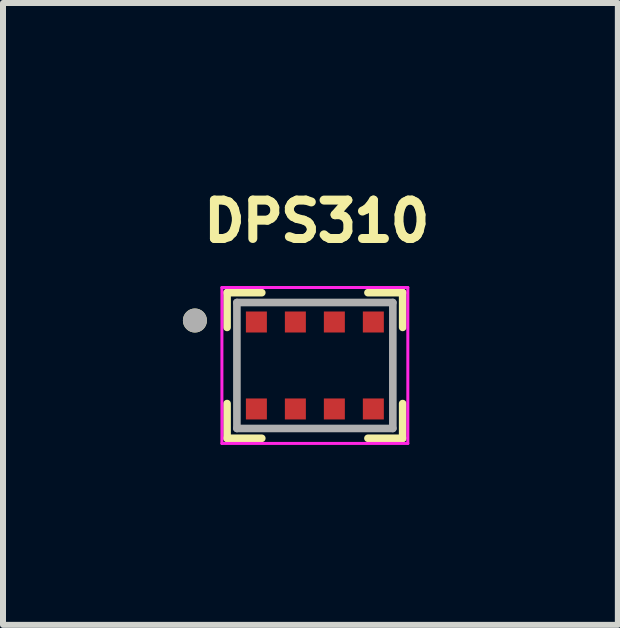
<source format=kicad_pcb>
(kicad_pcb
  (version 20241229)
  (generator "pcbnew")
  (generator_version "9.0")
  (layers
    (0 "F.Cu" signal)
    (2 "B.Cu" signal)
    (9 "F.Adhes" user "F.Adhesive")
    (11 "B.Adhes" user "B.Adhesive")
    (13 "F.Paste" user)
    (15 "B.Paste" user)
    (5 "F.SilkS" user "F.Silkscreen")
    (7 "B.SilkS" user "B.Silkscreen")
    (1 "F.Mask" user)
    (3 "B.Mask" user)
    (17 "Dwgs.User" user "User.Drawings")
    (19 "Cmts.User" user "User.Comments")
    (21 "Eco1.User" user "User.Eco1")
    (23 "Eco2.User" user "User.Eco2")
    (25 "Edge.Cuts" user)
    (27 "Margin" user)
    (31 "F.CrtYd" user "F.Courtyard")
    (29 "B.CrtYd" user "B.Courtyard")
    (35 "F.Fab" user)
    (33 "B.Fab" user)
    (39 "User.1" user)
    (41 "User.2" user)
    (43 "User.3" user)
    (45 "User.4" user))
  (footprint "DPS310"
    (layer "F.Cu")
    (at 2.2 3.044)
    (property "Reference" "DPS310" (at 0.032 -2.406 0) (layer "F.SilkS") (effects (font (size 0.64 0.64) (thickness 0.15))))
    (attr smd)
    (fp_line (start -1.464 -0.635) (end -1.464 -1.214) (stroke (width 0.127) (type solid)) (layer "F.SilkS"))
    (fp_line (start -1.464 1.214) (end -1.464 0.635) (stroke (width 0.127) (type solid)) (layer "F.SilkS"))
    (fp_line (start -0.885 -1.214) (end -1.464 -1.214) (stroke (width 0.127) (type solid)) (layer "F.SilkS"))
    (fp_line (start -0.885 1.214) (end -1.464 1.214) (stroke (width 0.127) (type solid)) (layer "F.SilkS"))
    (fp_line (start 1.464 -1.214) (end 0.885 -1.214) (stroke (width 0.127) (type solid)) (layer "F.SilkS"))
    (fp_line (start 1.464 -0.635) (end 1.464 -1.214) (stroke (width 0.127) (type solid)) (layer "F.SilkS"))
    (fp_line (start 1.464 1.214) (end 0.885 1.214) (stroke (width 0.127) (type solid)) (layer "F.SilkS"))
    (fp_line (start 1.464 1.214) (end 1.464 0.635) (stroke (width 0.127) (type solid)) (layer "F.SilkS"))
    (fp_circle (center -2 -0.75) (end -1.9 -0.75) (stroke (width 0.2) (type solid)) (fill no) (layer "F.SilkS"))
    (fp_poly (pts (xy -0.975 -0.9) (xy -0.984 -0.9) (xy -0.993 -0.899) (xy -1.002 -0.898) (xy -1.011 -0.896) (xy -1.02 -0.894) (xy -1.029 -0.891) (xy -1.038 -0.888) (xy -1.046 -0.885) (xy -1.054 -0.881) (xy -1.063 -0.877) (xy -1.07 -0.872) (xy -1.078 -0.867) (xy -1.085 -0.861) (xy -1.092 -0.855) (xy -1.099 -0.849) (xy -1.105 -0.842) (xy -1.111 -0.835) (xy -1.117 -0.828) (xy -1.122 -0.82) (xy -1.127 -0.813) (xy -1.131 -0.804) (xy -1.135 -0.796) (xy -1.138 -0.788) (xy -1.141 -0.779) (xy -1.144 -0.77) (xy -1.146 -0.761) (xy -1.148 -0.752) (xy -1.149 -0.743) (xy -1.15 -0.734) (xy -1.15 -0.725) (xy -1.15 -0.716) (xy -1.149 -0.707) (xy -1.148 -0.698) (xy -1.146 -0.689) (xy -1.144 -0.68) (xy -1.141 -0.671) (xy -1.138 -0.662) (xy -1.135 -0.654) (xy -1.131 -0.646) (xy -1.127 -0.637) (xy -1.122 -0.63) (xy -1.117 -0.622) (xy -1.111 -0.615) (xy -1.105 -0.608) (xy -1.099 -0.601) (xy -1.092 -0.595) (xy -1.085 -0.589) (xy -1.078 -0.583) (xy -1.07 -0.578) (xy -1.063 -0.573) (xy -1.054 -0.569) (xy -1.046 -0.565) (xy -1.038 -0.562) (xy -1.029 -0.559) (xy -1.02 -0.556) (xy -1.011 -0.554) (xy -1.002 -0.552) (xy -0.993 -0.551) (xy -0.984 -0.55) (xy -0.975 -0.55) (xy -0.966 -0.55) (xy -0.957 -0.551) (xy -0.948 -0.552) (xy -0.939 -0.554) (xy -0.93 -0.556) (xy -0.921 -0.559) (xy -0.912 -0.562) (xy -0.904 -0.565) (xy -0.896 -0.569) (xy -0.887 -0.573) (xy -0.88 -0.578) (xy -0.872 -0.583) (xy -0.865 -0.589) (xy -0.858 -0.595) (xy -0.851 -0.601) (xy -0.845 -0.608) (xy -0.839 -0.615) (xy -0.833 -0.622) (xy -0.828 -0.63) (xy -0.823 -0.637) (xy -0.819 -0.646) (xy -0.815 -0.654) (xy -0.812 -0.662) (xy -0.809 -0.671) (xy -0.806 -0.68) (xy -0.804 -0.689) (xy -0.802 -0.698) (xy -0.801 -0.707) (xy -0.8 -0.716) (xy -0.8 -0.725) (xy -0.8 -0.734) (xy -0.801 -0.743) (xy -0.802 -0.752) (xy -0.804 -0.761) (xy -0.806 -0.77) (xy -0.809 -0.779) (xy -0.812 -0.788) (xy -0.815 -0.796) (xy -0.819 -0.804) (xy -0.823 -0.813) (xy -0.828 -0.82) (xy -0.833 -0.828) (xy -0.839 -0.835) (xy -0.845 -0.842) (xy -0.851 -0.849) (xy -0.858 -0.855) (xy -0.865 -0.861) (xy -0.872 -0.867) (xy -0.88 -0.872) (xy -0.887 -0.877) (xy -0.896 -0.881) (xy -0.904 -0.885) (xy -0.912 -0.888) (xy -0.921 -0.891) (xy -0.93 -0.894) (xy -0.939 -0.896) (xy -0.948 -0.898) (xy -0.957 -0.899) (xy -0.966 -0.9) (xy -0.975 -0.9)) (stroke (width 0.001) (type solid)) (fill yes) (layer "F.Paste"))
    (fp_poly (pts (xy -0.975 0.55) (xy -0.984 0.55) (xy -0.993 0.551) (xy -1.002 0.552) (xy -1.011 0.554) (xy -1.02 0.556) (xy -1.029 0.559) (xy -1.038 0.562) (xy -1.046 0.565) (xy -1.054 0.569) (xy -1.063 0.573) (xy -1.07 0.578) (xy -1.078 0.583) (xy -1.085 0.589) (xy -1.092 0.595) (xy -1.099 0.601) (xy -1.105 0.608) (xy -1.111 0.615) (xy -1.117 0.622) (xy -1.122 0.63) (xy -1.127 0.637) (xy -1.131 0.646) (xy -1.135 0.654) (xy -1.138 0.662) (xy -1.141 0.671) (xy -1.144 0.68) (xy -1.146 0.689) (xy -1.148 0.698) (xy -1.149 0.707) (xy -1.15 0.716) (xy -1.15 0.725) (xy -1.15 0.734) (xy -1.149 0.743) (xy -1.148 0.752) (xy -1.146 0.761) (xy -1.144 0.77) (xy -1.141 0.779) (xy -1.138 0.788) (xy -1.135 0.796) (xy -1.131 0.804) (xy -1.127 0.813) (xy -1.122 0.82) (xy -1.117 0.828) (xy -1.111 0.835) (xy -1.105 0.842) (xy -1.099 0.849) (xy -1.092 0.855) (xy -1.085 0.861) (xy -1.078 0.867) (xy -1.07 0.872) (xy -1.063 0.877) (xy -1.054 0.881) (xy -1.046 0.885) (xy -1.038 0.888) (xy -1.029 0.891) (xy -1.02 0.894) (xy -1.011 0.896) (xy -1.002 0.898) (xy -0.993 0.899) (xy -0.984 0.9) (xy -0.975 0.9) (xy -0.966 0.9) (xy -0.957 0.899) (xy -0.948 0.898) (xy -0.939 0.896) (xy -0.93 0.894) (xy -0.921 0.891) (xy -0.912 0.888) (xy -0.904 0.885) (xy -0.896 0.881) (xy -0.887 0.877) (xy -0.88 0.872) (xy -0.872 0.867) (xy -0.865 0.861) (xy -0.858 0.855) (xy -0.851 0.849) (xy -0.845 0.842) (xy -0.839 0.835) (xy -0.833 0.828) (xy -0.828 0.82) (xy -0.823 0.813) (xy -0.819 0.804) (xy -0.815 0.796) (xy -0.812 0.788) (xy -0.809 0.779) (xy -0.806 0.77) (xy -0.804 0.761) (xy -0.802 0.752) (xy -0.801 0.743) (xy -0.8 0.734) (xy -0.8 0.725) (xy -0.8 0.716) (xy -0.801 0.707) (xy -0.802 0.698) (xy -0.804 0.689) (xy -0.806 0.68) (xy -0.809 0.671) (xy -0.812 0.662) (xy -0.815 0.654) (xy -0.819 0.646) (xy -0.823 0.637) (xy -0.828 0.63) (xy -0.833 0.622) (xy -0.839 0.615) (xy -0.845 0.608) (xy -0.851 0.601) (xy -0.858 0.595) (xy -0.865 0.589) (xy -0.872 0.583) (xy -0.88 0.578) (xy -0.887 0.573) (xy -0.896 0.569) (xy -0.904 0.565) (xy -0.912 0.562) (xy -0.921 0.559) (xy -0.93 0.556) (xy -0.939 0.554) (xy -0.948 0.552) (xy -0.957 0.551) (xy -0.966 0.55) (xy -0.975 0.55)) (stroke (width 0.001) (type solid)) (fill yes) (layer "F.Paste"))
    (fp_poly (pts (xy -0.325 -0.9) (xy -0.334 -0.9) (xy -0.343 -0.899) (xy -0.352 -0.898) (xy -0.361 -0.896) (xy -0.37 -0.894) (xy -0.379 -0.891) (xy -0.388 -0.888) (xy -0.396 -0.885) (xy -0.404 -0.881) (xy -0.412 -0.877) (xy -0.42 -0.872) (xy -0.428 -0.867) (xy -0.435 -0.861) (xy -0.442 -0.855) (xy -0.449 -0.849) (xy -0.455 -0.842) (xy -0.461 -0.835) (xy -0.467 -0.828) (xy -0.472 -0.82) (xy -0.477 -0.813) (xy -0.481 -0.804) (xy -0.485 -0.796) (xy -0.488 -0.788) (xy -0.491 -0.779) (xy -0.494 -0.77) (xy -0.496 -0.761) (xy -0.498 -0.752) (xy -0.499 -0.743) (xy -0.5 -0.734) (xy -0.5 -0.725) (xy -0.5 -0.716) (xy -0.499 -0.707) (xy -0.498 -0.698) (xy -0.496 -0.689) (xy -0.494 -0.68) (xy -0.491 -0.671) (xy -0.488 -0.662) (xy -0.485 -0.654) (xy -0.481 -0.646) (xy -0.477 -0.637) (xy -0.472 -0.63) (xy -0.467 -0.622) (xy -0.461 -0.615) (xy -0.455 -0.608) (xy -0.449 -0.601) (xy -0.442 -0.595) (xy -0.435 -0.589) (xy -0.428 -0.583) (xy -0.42 -0.578) (xy -0.413 -0.573) (xy -0.404 -0.569) (xy -0.396 -0.565) (xy -0.388 -0.562) (xy -0.379 -0.559) (xy -0.37 -0.556) (xy -0.361 -0.554) (xy -0.352 -0.552) (xy -0.343 -0.551) (xy -0.334 -0.55) (xy -0.325 -0.55) (xy -0.316 -0.55) (xy -0.307 -0.551) (xy -0.298 -0.552) (xy -0.289 -0.554) (xy -0.28 -0.556) (xy -0.271 -0.559) (xy -0.262 -0.562) (xy -0.254 -0.565) (xy -0.246 -0.569) (xy -0.237 -0.573) (xy -0.23 -0.578) (xy -0.222 -0.583) (xy -0.215 -0.589) (xy -0.208 -0.595) (xy -0.201 -0.601) (xy -0.195 -0.608) (xy -0.189 -0.615) (xy -0.183 -0.622) (xy -0.178 -0.63) (xy -0.173 -0.637) (xy -0.169 -0.646) (xy -0.165 -0.654) (xy -0.162 -0.662) (xy -0.159 -0.671) (xy -0.156 -0.68) (xy -0.154 -0.689) (xy -0.152 -0.698) (xy -0.151 -0.707) (xy -0.15 -0.716) (xy -0.15 -0.725) (xy -0.15 -0.734) (xy -0.151 -0.743) (xy -0.152 -0.752) (xy -0.154 -0.761) (xy -0.156 -0.77) (xy -0.159 -0.779) (xy -0.162 -0.788) (xy -0.165 -0.796) (xy -0.169 -0.804) (xy -0.173 -0.813) (xy -0.178 -0.82) (xy -0.183 -0.828) (xy -0.189 -0.835) (xy -0.195 -0.842) (xy -0.201 -0.849) (xy -0.208 -0.855) (xy -0.215 -0.861) (xy -0.222 -0.867) (xy -0.23 -0.872) (xy -0.238 -0.877) (xy -0.246 -0.881) (xy -0.254 -0.885) (xy -0.262 -0.888) (xy -0.271 -0.891) (xy -0.28 -0.894) (xy -0.289 -0.896) (xy -0.298 -0.898) (xy -0.307 -0.899) (xy -0.316 -0.9) (xy -0.325 -0.9)) (stroke (width 0.001) (type solid)) (fill yes) (layer "F.Paste"))
    (fp_poly (pts (xy -0.325 0.55) (xy -0.334 0.55) (xy -0.343 0.551) (xy -0.352 0.552) (xy -0.361 0.554) (xy -0.37 0.556) (xy -0.379 0.559) (xy -0.388 0.562) (xy -0.396 0.565) (xy -0.404 0.569) (xy -0.412 0.573) (xy -0.42 0.578) (xy -0.428 0.583) (xy -0.435 0.589) (xy -0.442 0.595) (xy -0.449 0.601) (xy -0.455 0.608) (xy -0.461 0.615) (xy -0.467 0.622) (xy -0.472 0.63) (xy -0.477 0.637) (xy -0.481 0.646) (xy -0.485 0.654) (xy -0.488 0.662) (xy -0.491 0.671) (xy -0.494 0.68) (xy -0.496 0.689) (xy -0.498 0.698) (xy -0.499 0.707) (xy -0.5 0.716) (xy -0.5 0.725) (xy -0.5 0.734) (xy -0.499 0.743) (xy -0.498 0.752) (xy -0.496 0.761) (xy -0.494 0.77) (xy -0.491 0.779) (xy -0.488 0.788) (xy -0.485 0.796) (xy -0.481 0.804) (xy -0.477 0.813) (xy -0.472 0.82) (xy -0.467 0.828) (xy -0.461 0.835) (xy -0.455 0.842) (xy -0.449 0.849) (xy -0.442 0.855) (xy -0.435 0.861) (xy -0.428 0.867) (xy -0.42 0.872) (xy -0.413 0.877) (xy -0.404 0.881) (xy -0.396 0.885) (xy -0.388 0.888) (xy -0.379 0.891) (xy -0.37 0.894) (xy -0.361 0.896) (xy -0.352 0.898) (xy -0.343 0.899) (xy -0.334 0.9) (xy -0.325 0.9) (xy -0.316 0.9) (xy -0.307 0.899) (xy -0.298 0.898) (xy -0.289 0.896) (xy -0.28 0.894) (xy -0.271 0.891) (xy -0.262 0.888) (xy -0.254 0.885) (xy -0.246 0.881) (xy -0.238 0.877) (xy -0.23 0.872) (xy -0.222 0.867) (xy -0.215 0.861) (xy -0.208 0.855) (xy -0.201 0.849) (xy -0.195 0.842) (xy -0.189 0.835) (xy -0.183 0.828) (xy -0.178 0.82) (xy -0.173 0.813) (xy -0.169 0.804) (xy -0.165 0.796) (xy -0.162 0.788) (xy -0.159 0.779) (xy -0.156 0.77) (xy -0.154 0.761) (xy -0.152 0.752) (xy -0.151 0.743) (xy -0.15 0.734) (xy -0.15 0.725) (xy -0.15 0.716) (xy -0.151 0.707) (xy -0.152 0.698) (xy -0.154 0.689) (xy -0.156 0.68) (xy -0.159 0.671) (xy -0.162 0.662) (xy -0.165 0.654) (xy -0.169 0.646) (xy -0.173 0.637) (xy -0.178 0.63) (xy -0.183 0.622) (xy -0.189 0.615) (xy -0.195 0.608) (xy -0.201 0.601) (xy -0.208 0.595) (xy -0.215 0.589) (xy -0.222 0.583) (xy -0.23 0.578) (xy -0.237 0.573) (xy -0.246 0.569) (xy -0.254 0.565) (xy -0.262 0.562) (xy -0.271 0.559) (xy -0.28 0.556) (xy -0.289 0.554) (xy -0.298 0.552) (xy -0.307 0.551) (xy -0.316 0.55) (xy -0.325 0.55)) (stroke (width 0.001) (type solid)) (fill yes) (layer "F.Paste"))
    (fp_poly (pts (xy 0.325 -0.9) (xy 0.316 -0.9) (xy 0.307 -0.899) (xy 0.298 -0.898) (xy 0.289 -0.896) (xy 0.28 -0.894) (xy 0.271 -0.891) (xy 0.262 -0.888) (xy 0.254 -0.885) (xy 0.246 -0.881) (xy 0.238 -0.877) (xy 0.23 -0.872) (xy 0.222 -0.867) (xy 0.215 -0.861) (xy 0.208 -0.855) (xy 0.201 -0.849) (xy 0.195 -0.842) (xy 0.189 -0.835) (xy 0.183 -0.828) (xy 0.178 -0.82) (xy 0.173 -0.813) (xy 0.169 -0.804) (xy 0.165 -0.796) (xy 0.162 -0.788) (xy 0.159 -0.779) (xy 0.156 -0.77) (xy 0.154 -0.761) (xy 0.152 -0.752) (xy 0.151 -0.743) (xy 0.15 -0.734) (xy 0.15 -0.725) (xy 0.15 -0.716) (xy 0.151 -0.707) (xy 0.152 -0.698) (xy 0.154 -0.689) (xy 0.156 -0.68) (xy 0.159 -0.671) (xy 0.162 -0.662) (xy 0.165 -0.654) (xy 0.169 -0.646) (xy 0.173 -0.637) (xy 0.178 -0.63) (xy 0.183 -0.622) (xy 0.189 -0.615) (xy 0.195 -0.608) (xy 0.201 -0.601) (xy 0.208 -0.595) (xy 0.215 -0.589) (xy 0.222 -0.583) (xy 0.23 -0.578) (xy 0.237 -0.573) (xy 0.246 -0.569) (xy 0.254 -0.565) (xy 0.262 -0.562) (xy 0.271 -0.559) (xy 0.28 -0.556) (xy 0.289 -0.554) (xy 0.298 -0.552) (xy 0.307 -0.551) (xy 0.316 -0.55) (xy 0.325 -0.55) (xy 0.334 -0.55) (xy 0.343 -0.551) (xy 0.352 -0.552) (xy 0.361 -0.554) (xy 0.37 -0.556) (xy 0.379 -0.559) (xy 0.388 -0.562) (xy 0.396 -0.565) (xy 0.404 -0.569) (xy 0.412 -0.573) (xy 0.42 -0.578) (xy 0.428 -0.583) (xy 0.435 -0.589) (xy 0.442 -0.595) (xy 0.449 -0.601) (xy 0.455 -0.608) (xy 0.461 -0.615) (xy 0.467 -0.622) (xy 0.472 -0.63) (xy 0.477 -0.637) (xy 0.481 -0.646) (xy 0.485 -0.654) (xy 0.488 -0.662) (xy 0.491 -0.671) (xy 0.494 -0.68) (xy 0.496 -0.689) (xy 0.498 -0.698) (xy 0.499 -0.707) (xy 0.5 -0.716) (xy 0.5 -0.725) (xy 0.5 -0.734) (xy 0.499 -0.743) (xy 0.498 -0.752) (xy 0.496 -0.761) (xy 0.494 -0.77) (xy 0.491 -0.779) (xy 0.488 -0.788) (xy 0.485 -0.796) (xy 0.481 -0.804) (xy 0.477 -0.813) (xy 0.472 -0.82) (xy 0.467 -0.828) (xy 0.461 -0.835) (xy 0.455 -0.842) (xy 0.449 -0.849) (xy 0.442 -0.855) (xy 0.435 -0.861) (xy 0.428 -0.867) (xy 0.42 -0.872) (xy 0.412 -0.877) (xy 0.404 -0.881) (xy 0.396 -0.885) (xy 0.388 -0.888) (xy 0.379 -0.891) (xy 0.37 -0.894) (xy 0.361 -0.896) (xy 0.352 -0.898) (xy 0.343 -0.899) (xy 0.334 -0.9) (xy 0.325 -0.9)) (stroke (width 0.001) (type solid)) (fill yes) (layer "F.Paste"))
    (fp_poly (pts (xy 0.325 0.55) (xy 0.316 0.55) (xy 0.307 0.551) (xy 0.298 0.552) (xy 0.289 0.554) (xy 0.28 0.556) (xy 0.271 0.559) (xy 0.262 0.562) (xy 0.254 0.565) (xy 0.246 0.569) (xy 0.237 0.573) (xy 0.23 0.578) (xy 0.222 0.583) (xy 0.215 0.589) (xy 0.208 0.595) (xy 0.201 0.601) (xy 0.195 0.608) (xy 0.189 0.615) (xy 0.183 0.622) (xy 0.178 0.63) (xy 0.173 0.637) (xy 0.169 0.646) (xy 0.165 0.654) (xy 0.162 0.662) (xy 0.159 0.671) (xy 0.156 0.68) (xy 0.154 0.689) (xy 0.152 0.698) (xy 0.151 0.707) (xy 0.15 0.716) (xy 0.15 0.725) (xy 0.15 0.734) (xy 0.151 0.743) (xy 0.152 0.752) (xy 0.154 0.761) (xy 0.156 0.77) (xy 0.159 0.779) (xy 0.162 0.788) (xy 0.165 0.796) (xy 0.169 0.804) (xy 0.173 0.813) (xy 0.178 0.82) (xy 0.183 0.828) (xy 0.189 0.835) (xy 0.195 0.842) (xy 0.201 0.849) (xy 0.208 0.855) (xy 0.215 0.861) (xy 0.222 0.867) (xy 0.23 0.872) (xy 0.237 0.877) (xy 0.246 0.881) (xy 0.254 0.885) (xy 0.262 0.888) (xy 0.271 0.891) (xy 0.28 0.894) (xy 0.289 0.896) (xy 0.298 0.898) (xy 0.307 0.899) (xy 0.316 0.9) (xy 0.325 0.9) (xy 0.334 0.9) (xy 0.343 0.899) (xy 0.352 0.898) (xy 0.361 0.896) (xy 0.37 0.894) (xy 0.379 0.891) (xy 0.388 0.888) (xy 0.396 0.885) (xy 0.404 0.881) (xy 0.412 0.877) (xy 0.42 0.872) (xy 0.428 0.867) (xy 0.435 0.861) (xy 0.442 0.855) (xy 0.449 0.849) (xy 0.455 0.842) (xy 0.461 0.835) (xy 0.467 0.828) (xy 0.472 0.82) (xy 0.477 0.813) (xy 0.481 0.804) (xy 0.485 0.796) (xy 0.488 0.788) (xy 0.491 0.779) (xy 0.494 0.77) (xy 0.496 0.761) (xy 0.498 0.752) (xy 0.499 0.743) (xy 0.5 0.734) (xy 0.5 0.725) (xy 0.5 0.716) (xy 0.499 0.707) (xy 0.498 0.698) (xy 0.496 0.689) (xy 0.494 0.68) (xy 0.491 0.671) (xy 0.488 0.662) (xy 0.485 0.654) (xy 0.481 0.646) (xy 0.477 0.637) (xy 0.472 0.63) (xy 0.467 0.622) (xy 0.461 0.615) (xy 0.455 0.608) (xy 0.449 0.601) (xy 0.442 0.595) (xy 0.435 0.589) (xy 0.428 0.583) (xy 0.42 0.578) (xy 0.412 0.573) (xy 0.404 0.569) (xy 0.396 0.565) (xy 0.388 0.562) (xy 0.379 0.559) (xy 0.37 0.556) (xy 0.361 0.554) (xy 0.352 0.552) (xy 0.343 0.551) (xy 0.334 0.55) (xy 0.325 0.55)) (stroke (width 0.001) (type solid)) (fill yes) (layer "F.Paste"))
    (fp_poly (pts (xy 0.975 -0.9) (xy 0.966 -0.9) (xy 0.957 -0.899) (xy 0.948 -0.898) (xy 0.939 -0.896) (xy 0.93 -0.894) (xy 0.921 -0.891) (xy 0.912 -0.888) (xy 0.904 -0.885) (xy 0.896 -0.881) (xy 0.887 -0.877) (xy 0.88 -0.872) (xy 0.872 -0.867) (xy 0.865 -0.861) (xy 0.858 -0.855) (xy 0.851 -0.849) (xy 0.845 -0.842) (xy 0.839 -0.835) (xy 0.833 -0.828) (xy 0.828 -0.82) (xy 0.823 -0.813) (xy 0.819 -0.804) (xy 0.815 -0.796) (xy 0.812 -0.788) (xy 0.809 -0.779) (xy 0.806 -0.77) (xy 0.804 -0.761) (xy 0.802 -0.752) (xy 0.801 -0.743) (xy 0.8 -0.734) (xy 0.8 -0.725) (xy 0.8 -0.716) (xy 0.801 -0.707) (xy 0.802 -0.698) (xy 0.804 -0.689) (xy 0.806 -0.68) (xy 0.809 -0.671) (xy 0.812 -0.662) (xy 0.815 -0.654) (xy 0.819 -0.646) (xy 0.823 -0.637) (xy 0.828 -0.63) (xy 0.833 -0.622) (xy 0.839 -0.615) (xy 0.845 -0.608) (xy 0.851 -0.601) (xy 0.858 -0.595) (xy 0.865 -0.589) (xy 0.872 -0.583) (xy 0.88 -0.578) (xy 0.887 -0.573) (xy 0.896 -0.569) (xy 0.904 -0.565) (xy 0.912 -0.562) (xy 0.921 -0.559) (xy 0.93 -0.556) (xy 0.939 -0.554) (xy 0.948 -0.552) (xy 0.957 -0.551) (xy 0.966 -0.55) (xy 0.975 -0.55) (xy 0.984 -0.55) (xy 0.993 -0.551) (xy 1.002 -0.552) (xy 1.011 -0.554) (xy 1.02 -0.556) (xy 1.029 -0.559) (xy 1.038 -0.562) (xy 1.046 -0.565) (xy 1.054 -0.569) (xy 1.063 -0.573) (xy 1.07 -0.578) (xy 1.078 -0.583) (xy 1.085 -0.589) (xy 1.092 -0.595) (xy 1.099 -0.601) (xy 1.105 -0.608) (xy 1.111 -0.615) (xy 1.117 -0.622) (xy 1.122 -0.63) (xy 1.127 -0.637) (xy 1.131 -0.646) (xy 1.135 -0.654) (xy 1.138 -0.662) (xy 1.141 -0.671) (xy 1.144 -0.68) (xy 1.146 -0.689) (xy 1.148 -0.698) (xy 1.149 -0.707) (xy 1.15 -0.716) (xy 1.15 -0.725) (xy 1.15 -0.734) (xy 1.149 -0.743) (xy 1.148 -0.752) (xy 1.146 -0.761) (xy 1.144 -0.77) (xy 1.141 -0.779) (xy 1.138 -0.788) (xy 1.135 -0.796) (xy 1.131 -0.804) (xy 1.127 -0.813) (xy 1.122 -0.82) (xy 1.117 -0.828) (xy 1.111 -0.835) (xy 1.105 -0.842) (xy 1.099 -0.849) (xy 1.092 -0.855) (xy 1.085 -0.861) (xy 1.078 -0.867) (xy 1.07 -0.872) (xy 1.063 -0.877) (xy 1.054 -0.881) (xy 1.046 -0.885) (xy 1.038 -0.888) (xy 1.029 -0.891) (xy 1.02 -0.894) (xy 1.011 -0.896) (xy 1.002 -0.898) (xy 0.993 -0.899) (xy 0.984 -0.9) (xy 0.975 -0.9)) (stroke (width 0.001) (type solid)) (fill yes) (layer "F.Paste"))
    (fp_poly (pts (xy 0.975 0.55) (xy 0.966 0.55) (xy 0.957 0.551) (xy 0.948 0.552) (xy 0.939 0.554) (xy 0.93 0.556) (xy 0.921 0.559) (xy 0.912 0.562) (xy 0.904 0.565) (xy 0.896 0.569) (xy 0.887 0.573) (xy 0.88 0.578) (xy 0.872 0.583) (xy 0.865 0.589) (xy 0.858 0.595) (xy 0.851 0.601) (xy 0.845 0.608) (xy 0.839 0.615) (xy 0.833 0.622) (xy 0.828 0.63) (xy 0.823 0.637) (xy 0.819 0.646) (xy 0.815 0.654) (xy 0.812 0.662) (xy 0.809 0.671) (xy 0.806 0.68) (xy 0.804 0.689) (xy 0.802 0.698) (xy 0.801 0.707) (xy 0.8 0.716) (xy 0.8 0.725) (xy 0.8 0.734) (xy 0.801 0.743) (xy 0.802 0.752) (xy 0.804 0.761) (xy 0.806 0.77) (xy 0.809 0.779) (xy 0.812 0.788) (xy 0.815 0.796) (xy 0.819 0.804) (xy 0.823 0.813) (xy 0.828 0.82) (xy 0.833 0.828) (xy 0.839 0.835) (xy 0.845 0.842) (xy 0.851 0.849) (xy 0.858 0.855) (xy 0.865 0.861) (xy 0.872 0.867) (xy 0.88 0.872) (xy 0.887 0.877) (xy 0.896 0.881) (xy 0.904 0.885) (xy 0.912 0.888) (xy 0.921 0.891) (xy 0.93 0.894) (xy 0.939 0.896) (xy 0.948 0.898) (xy 0.957 0.899) (xy 0.966 0.9) (xy 0.975 0.9) (xy 0.984 0.9) (xy 0.993 0.899) (xy 1.002 0.898) (xy 1.011 0.896) (xy 1.02 0.894) (xy 1.029 0.891) (xy 1.038 0.888) (xy 1.046 0.885) (xy 1.054 0.881) (xy 1.063 0.877) (xy 1.07 0.872) (xy 1.078 0.867) (xy 1.085 0.861) (xy 1.092 0.855) (xy 1.099 0.849) (xy 1.105 0.842) (xy 1.111 0.835) (xy 1.117 0.828) (xy 1.122 0.82) (xy 1.127 0.813) (xy 1.131 0.804) (xy 1.135 0.796) (xy 1.138 0.788) (xy 1.141 0.779) (xy 1.144 0.77) (xy 1.146 0.761) (xy 1.148 0.752) (xy 1.149 0.743) (xy 1.15 0.734) (xy 1.15 0.725) (xy 1.15 0.716) (xy 1.149 0.707) (xy 1.148 0.698) (xy 1.146 0.689) (xy 1.144 0.68) (xy 1.141 0.671) (xy 1.138 0.662) (xy 1.135 0.654) (xy 1.131 0.646) (xy 1.127 0.637) (xy 1.122 0.63) (xy 1.117 0.622) (xy 1.111 0.615) (xy 1.105 0.608) (xy 1.099 0.601) (xy 1.092 0.595) (xy 1.085 0.589) (xy 1.078 0.583) (xy 1.07 0.578) (xy 1.063 0.573) (xy 1.054 0.569) (xy 1.046 0.565) (xy 1.038 0.562) (xy 1.029 0.559) (xy 1.02 0.556) (xy 1.011 0.554) (xy 1.002 0.552) (xy 0.993 0.551) (xy 0.984 0.55) (xy 0.975 0.55)) (stroke (width 0.001) (type solid)) (fill yes) (layer "F.Paste"))
    (fp_line (start -1.55 -1.3) (end 1.55 -1.3) (stroke (width 0.05) (type solid)) (layer "F.CrtYd"))
    (fp_line (start -1.55 1.3) (end -1.55 -1.3) (stroke (width 0.05) (type solid)) (layer "F.CrtYd"))
    (fp_line (start 1.55 -1.3) (end 1.55 1.3) (stroke (width 0.05) (type solid)) (layer "F.CrtYd"))
    (fp_line (start 1.55 1.3) (end -1.55 1.3) (stroke (width 0.05) (type solid)) (layer "F.CrtYd"))
    (fp_line (start -1.3 -1.05) (end 1.3 -1.05) (stroke (width 0.127) (type solid)) (layer "F.Fab"))
    (fp_line (start -1.3 1.05) (end -1.3 -1.05) (stroke (width 0.127) (type solid)) (layer "F.Fab"))
    (fp_line (start 1.3 -1.05) (end 1.3 1.05) (stroke (width 0.127) (type solid)) (layer "F.Fab"))
    (fp_line (start 1.3 1.05) (end -1.3 1.05) (stroke (width 0.127) (type solid)) (layer "F.Fab"))
    (fp_circle (center -2 -0.75) (end -1.9 -0.75) (stroke (width 0.2) (type solid)) (fill no) (layer "F.Fab"))
    (pad "1" smd rect (at -0.975 -0.725) (size 0.35 0.35) (layers "F.Cu" "F.Mask"))
    (pad "2" smd rect (at -0.325 -0.725) (size 0.35 0.35) (layers "F.Cu" "F.Mask"))
    (pad "3" smd rect (at 0.325 -0.725) (size 0.35 0.35) (layers "F.Cu" "F.Mask"))
    (pad "4" smd rect (at 0.975 -0.725) (size 0.35 0.35) (layers "F.Cu" "F.Mask"))
    (pad "5" smd rect (at 0.975 0.725) (size 0.35 0.35) (layers "F.Cu" "F.Mask"))
    (pad "6" smd rect (at 0.325 0.725) (size 0.35 0.35) (layers "F.Cu" "F.Mask"))
    (pad "7" smd rect (at -0.325 0.725) (size 0.35 0.35) (layers "F.Cu" "F.Mask"))
    (pad "8" smd rect (at -0.975 0.725) (size 0.35 0.35) (layers "F.Cu" "F.Mask")))
  (gr_rect
    (start -3 -3)
    (end 7.252 7.369)
    (stroke (width 0.1) (type default))
    (fill no)
    (layer "Edge.Cuts")))
</source>
